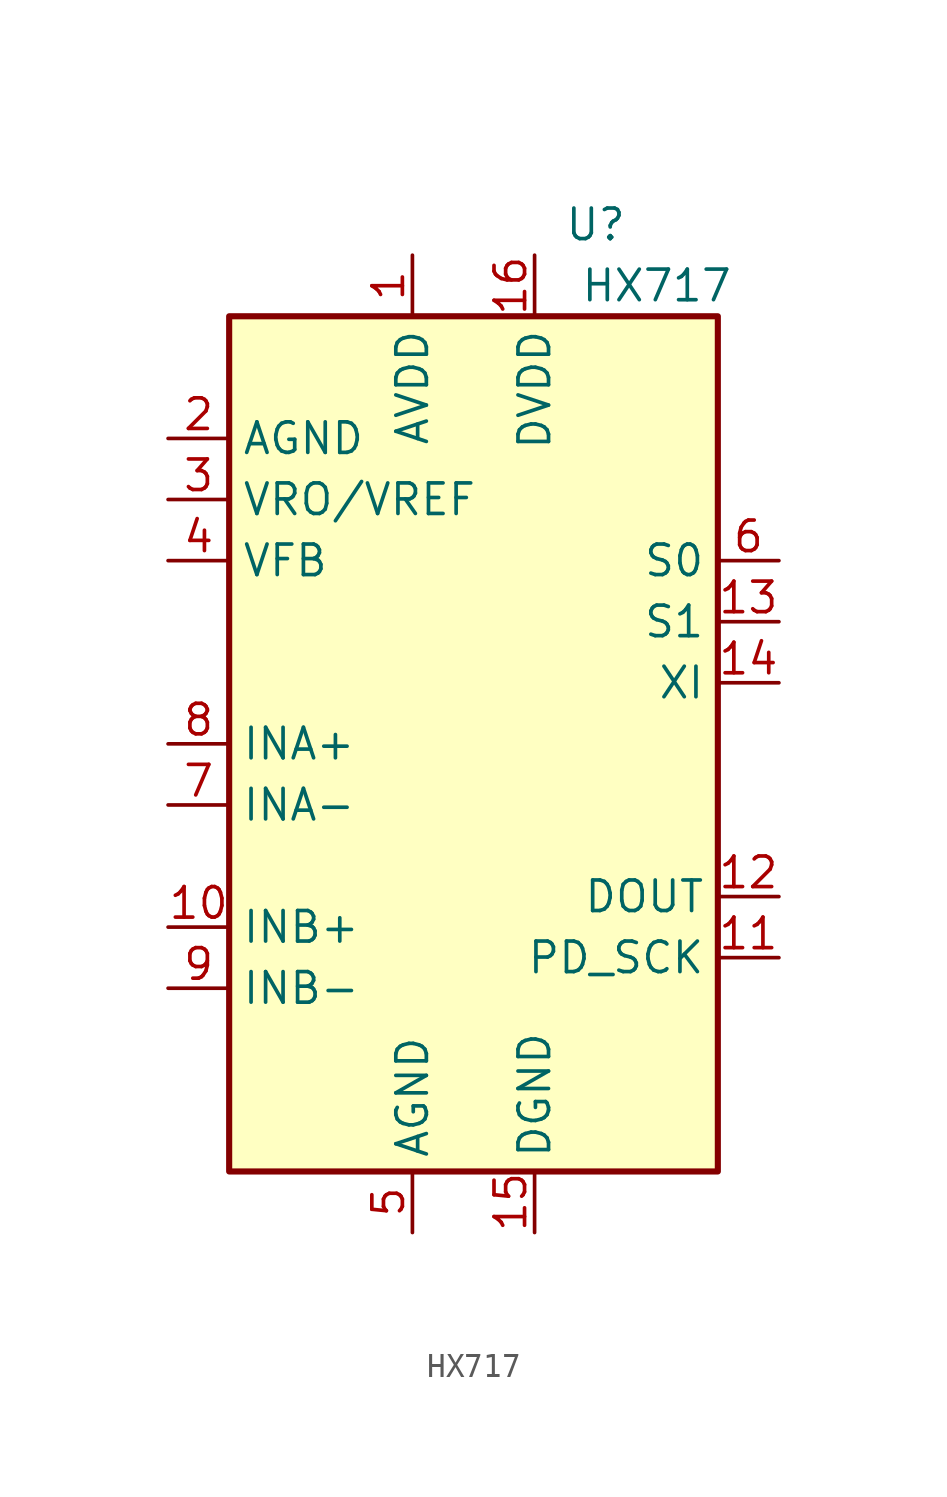
<source format=kicad_sym>
(kicad_symbol_lib
  (version 20241209)
  (generator "kicad_symbol_editor")
  (generator_version "9.0")
  (symbol "HX717"
    (property "Reference" "U"
      (at 5.08 21.59 0)
      (effects (font (size 1.27 1.27))))
    (property "Value" "HX717"
      (at 7.62 19.05 0)
      (effects (font (size 1.27 1.27))))
    (symbol "HX717_0_1"
      (rectangle (start -10.16 17.78) (end 10.16 -17.78) (stroke (width 0.254) (type default)) (fill (type background))))
    (symbol "HX717_1_1"
      (pin passive line (at -12.7 12.7 0) (length 2.54) (name "AGND" (effects (font (size 1.27 1.27)))) (number "2" (effects (font (size 1.27 1.27)))))
      (pin power_in line (at -12.7 10.16 0) (length 2.54) (name "VRO/VREF" (effects (font (size 1.27 1.27)))) (number "3" (effects (font (size 1.27 1.27)))))
      (pin input line (at -12.7 7.62 0) (length 2.54) (name "VFB" (effects (font (size 1.27 1.27)))) (number "4" (effects (font (size 1.27 1.27)))))
      (pin input line (at -12.7 0 0) (length 2.54) (name "INA+" (effects (font (size 1.27 1.27)))) (number "8" (effects (font (size 1.27 1.27)))))
      (pin input line (at -12.7 -2.54 0) (length 2.54) (name "INA-" (effects (font (size 1.27 1.27)))) (number "7" (effects (font (size 1.27 1.27)))))
      (pin input line (at -12.7 -7.62 0) (length 2.54) (name "INB+" (effects (font (size 1.27 1.27)))) (number "10" (effects (font (size 1.27 1.27)))))
      (pin input line (at -12.7 -10.16 0) (length 2.54) (name "INB-" (effects (font (size 1.27 1.27)))) (number "9" (effects (font (size 1.27 1.27)))))
      (pin power_in line (at -2.54 20.32 270) (length 2.54) (name "AVDD" (effects (font (size 1.27 1.27)))) (number "1" (effects (font (size 1.27 1.27)))))
      (pin power_in line (at -2.54 -20.32 90) (length 2.54) (name "AGND" (effects (font (size 1.27 1.27)))) (number "5" (effects (font (size 1.27 1.27)))))
      (pin power_in line (at 2.54 20.32 270) (length 2.54) (name "DVDD" (effects (font (size 1.27 1.27)))) (number "16" (effects (font (size 1.27 1.27)))))
      (pin input line (at 2.54 -20.32 90) (length 2.54) (name "DGND" (effects (font (size 1.27 1.27)))) (number "15" (effects (font (size 1.27 1.27)))))
      (pin passive line (at 12.7 7.62 180) (length 2.54) (name "S0" (effects (font (size 1.27 1.27)))) (number "6" (effects (font (size 1.27 1.27)))))
      (pin passive line (at 12.7 5.08 180) (length 2.54) (name "S1" (effects (font (size 1.27 1.27)))) (number "13" (effects (font (size 1.27 1.27)))))
      (pin passive line (at 12.7 2.54 180) (length 2.54) (name "XI" (effects (font (size 1.27 1.27)))) (number "14" (effects (font (size 1.27 1.27)))))
      (pin output line (at 12.7 -6.35 180) (length 2.54) (name "DOUT" (effects (font (size 1.27 1.27)))) (number "12" (effects (font (size 1.27 1.27)))))
      (pin input line (at 12.7 -8.89 180) (length 2.54) (name "PD_SCK" (effects (font (size 1.27 1.27)))) (number "11" (effects (font (size 1.27 1.27))))))))
</source>
